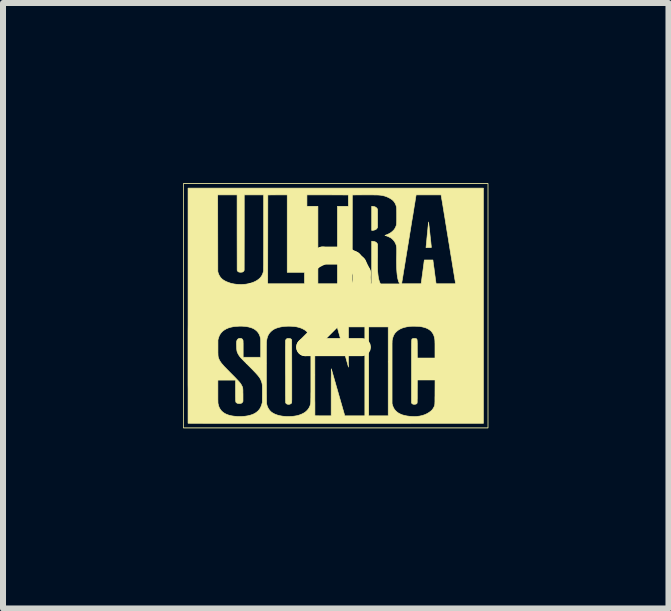
<source format=kicad_pcb>
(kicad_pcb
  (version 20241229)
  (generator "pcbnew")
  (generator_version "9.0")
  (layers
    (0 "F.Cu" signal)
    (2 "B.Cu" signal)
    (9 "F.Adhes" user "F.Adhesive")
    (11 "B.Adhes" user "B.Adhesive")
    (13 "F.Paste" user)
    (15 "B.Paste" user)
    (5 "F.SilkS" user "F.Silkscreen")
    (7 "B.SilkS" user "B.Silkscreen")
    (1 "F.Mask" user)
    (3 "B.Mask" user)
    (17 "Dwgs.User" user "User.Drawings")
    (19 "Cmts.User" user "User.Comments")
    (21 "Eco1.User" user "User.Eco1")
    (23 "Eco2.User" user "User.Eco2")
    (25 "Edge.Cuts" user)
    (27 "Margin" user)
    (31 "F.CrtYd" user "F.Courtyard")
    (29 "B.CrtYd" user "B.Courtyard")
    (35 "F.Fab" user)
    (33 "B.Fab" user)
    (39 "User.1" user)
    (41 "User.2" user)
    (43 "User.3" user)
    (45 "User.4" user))
  (footprint "2"
    (layer "F.Cu")
    (at 2.542 2.042)
    (property "Reference" "2" (at 0 0 0) (layer "F.SilkS") (effects (font (size 1.524 1.524) (thickness 0.3))))
    (attr through_hole)
    (fp_poly (pts (xy 2.537 2.037) (xy -2.537 2.037) (xy -2.537 -2.034) (xy -2.535 -2.034) (xy -2.535 2.034) (xy 2.535 2.034) (xy 2.535 -2.034) (xy -2.535 -2.034) (xy -2.537 -2.034) (xy -2.537 -2.037) (xy 2.537 -2.037) (xy 2.537 2.037)) (stroke (width 0.01) (type solid)) (fill yes) (layer "F.SilkS"))
    (fp_poly (pts (xy 0.606 -1.656) (xy 0.618 -1.655) (xy 0.631 -1.653) (xy 0.645 -1.65) (xy 0.656 -1.646) (xy 0.658 -1.645) (xy 0.673 -1.636) (xy 0.686 -1.623) (xy 0.692 -1.614) (xy 0.693 -1.612) (xy 0.694 -1.609) (xy 0.695 -1.607) (xy 0.695 -1.603) (xy 0.696 -1.598) (xy 0.696 -1.591) (xy 0.697 -1.582) (xy 0.697 -1.571) (xy 0.697 -1.556) (xy 0.697 -1.538) (xy 0.697 -1.516) (xy 0.697 -1.491) (xy 0.697 -1.46) (xy 0.697 -1.307) (xy 0.691 -1.295) (xy 0.682 -1.281) (xy 0.668 -1.27) (xy 0.65 -1.262) (xy 0.629 -1.257) (xy 0.618 -1.255) (xy 0.599 -1.254) (xy 0.599 -1.656) (xy 0.606 -1.656)) (stroke (width 0.01) (type solid)) (fill yes) (layer "F.SilkS"))
    (fp_poly (pts (xy 1.546 -1.392) (xy 1.547 -1.386) (xy 1.549 -1.375) (xy 1.55 -1.361) (xy 1.552 -1.344) (xy 1.555 -1.323) (xy 1.557 -1.3) (xy 1.56 -1.275) (xy 1.563 -1.249) (xy 1.566 -1.222) (xy 1.569 -1.194) (xy 1.572 -1.166) (xy 1.575 -1.138) (xy 1.578 -1.11) (xy 1.581 -1.084) (xy 1.584 -1.06) (xy 1.586 -1.037) (xy 1.588 -1.018) (xy 1.59 -1) (xy 1.591 -0.987) (xy 1.592 -0.977) (xy 1.592 -0.971) (xy 1.592 -0.971) (xy 1.591 -0.97) (xy 1.587 -0.969) (xy 1.58 -0.968) (xy 1.569 -0.968) (xy 1.553 -0.968) (xy 1.548 -0.968) (xy 1.503 -0.968) (xy 1.504 -0.978) (xy 1.505 -0.983) (xy 1.506 -0.991) (xy 1.507 -1.005) (xy 1.509 -1.021) (xy 1.511 -1.042) (xy 1.513 -1.065) (xy 1.516 -1.091) (xy 1.518 -1.119) (xy 1.521 -1.149) (xy 1.524 -1.18) (xy 1.525 -1.189) (xy 1.528 -1.22) (xy 1.531 -1.25) (xy 1.534 -1.278) (xy 1.536 -1.305) (xy 1.539 -1.328) (xy 1.541 -1.349) (xy 1.543 -1.366) (xy 1.544 -1.38) (xy 1.545 -1.389) (xy 1.546 -1.394) (xy 1.546 -1.394) (xy 1.546 -1.392)) (stroke (width 0.01) (type solid)) (fill yes) (layer "F.SilkS"))
    (fp_poly (pts (xy -0.768 0.546) (xy -0.754 0.549) (xy -0.744 0.556) (xy -0.738 0.562) (xy -0.733 0.569) (xy -0.732 1.09) (xy -0.732 1.151) (xy -0.732 1.207) (xy -0.732 1.258) (xy -0.732 1.304) (xy -0.732 1.347) (xy -0.732 1.385) (xy -0.732 1.419) (xy -0.732 1.45) (xy -0.732 1.478) (xy -0.732 1.502) (xy -0.732 1.523) (xy -0.732 1.541) (xy -0.732 1.557) (xy -0.732 1.571) (xy -0.733 1.582) (xy -0.733 1.591) (xy -0.733 1.599) (xy -0.733 1.605) (xy -0.734 1.61) (xy -0.734 1.613) (xy -0.735 1.616) (xy -0.735 1.618) (xy -0.736 1.619) (xy -0.736 1.62) (xy -0.744 1.629) (xy -0.755 1.636) (xy -0.769 1.641) (xy -0.784 1.643) (xy -0.8 1.641) (xy -0.806 1.64) (xy -0.818 1.635) (xy -0.827 1.627) (xy -0.833 1.619) (xy -0.833 1.618) (xy -0.834 1.616) (xy -0.834 1.613) (xy -0.834 1.61) (xy -0.835 1.605) (xy -0.835 1.598) (xy -0.835 1.59) (xy -0.836 1.58) (xy -0.836 1.568) (xy -0.836 1.554) (xy -0.836 1.537) (xy -0.836 1.517) (xy -0.837 1.495) (xy -0.837 1.469) (xy -0.837 1.44) (xy -0.837 1.407) (xy -0.837 1.371) (xy -0.837 1.331) (xy -0.837 1.286) (xy -0.837 1.237) (xy -0.837 1.184) (xy -0.838 1.126) (xy -0.838 1.105) (xy -0.838 1.054) (xy -0.838 1.005) (xy -0.838 0.957) (xy -0.838 0.911) (xy -0.838 0.867) (xy -0.838 0.825) (xy -0.838 0.786) (xy -0.838 0.749) (xy -0.838 0.716) (xy -0.838 0.686) (xy -0.837 0.659) (xy -0.837 0.636) (xy -0.837 0.617) (xy -0.837 0.602) (xy -0.837 0.591) (xy -0.837 0.586) (xy -0.837 0.585) (xy -0.833 0.57) (xy -0.825 0.558) (xy -0.815 0.55) (xy -0.809 0.547) (xy -0.802 0.546) (xy -0.793 0.545) (xy -0.785 0.545) (xy -0.768 0.546)) (stroke (width 0.01) (type solid)) (fill yes) (layer "F.SilkS"))
    (fp_poly (pts (xy 2.46 1.959) (xy 0.001 1.96) (xy -0.138 1.96) (xy -0.272 1.96) (xy -0.401 1.96) (xy -0.525 1.96) (xy -0.645 1.96) (xy -0.759 1.96) (xy -0.87 1.96) (xy -0.975 1.96) (xy -1.076 1.96) (xy -1.173 1.96) (xy -1.266 1.96) (xy -1.354 1.96) (xy -1.438 1.96) (xy -1.519 1.96) (xy -1.595 1.96) (xy -1.667 1.96) (xy -1.736 1.96) (xy -1.801 1.96) (xy -1.862 1.96) (xy -1.92 1.96) (xy -1.974 1.96) (xy -2.025 1.96) (xy -2.073 1.96) (xy -2.117 1.96) (xy -2.159 1.96) (xy -2.197 1.96) (xy -2.232 1.959) (xy -2.265 1.959) (xy -2.294 1.959) (xy -2.321 1.959) (xy -2.345 1.959) (xy -2.367 1.959) (xy -2.386 1.959) (xy -2.403 1.959) (xy -2.417 1.959) (xy -2.429 1.958) (xy -2.439 1.958) (xy -2.447 1.958) (xy -2.453 1.958) (xy -2.457 1.958) (xy -2.459 1.958) (xy -2.46 1.958) (xy -2.46 1.955) (xy -2.46 1.947) (xy -2.46 1.935) (xy -2.46 1.918) (xy -2.46 1.896) (xy -2.46 1.87) (xy -2.46 1.839) (xy -2.46 1.804) (xy -2.46 1.765) (xy -2.46 1.722) (xy -2.46 1.676) (xy -2.46 1.625) (xy -2.46 1.571) (xy -2.46 1.514) (xy -2.46 1.453) (xy -2.46 1.389) (xy -2.461 1.321) (xy -2.461 1.251) (xy -2.461 1.239) (xy -1.963 1.239) (xy -1.963 1.426) (xy -1.963 1.463) (xy -1.963 1.495) (xy -1.963 1.522) (xy -1.963 1.546) (xy -1.963 1.566) (xy -1.962 1.583) (xy -1.962 1.597) (xy -1.962 1.608) (xy -1.961 1.617) (xy -1.961 1.625) (xy -1.96 1.63) (xy -1.959 1.633) (xy -1.951 1.668) (xy -1.939 1.699) (xy -1.922 1.727) (xy -1.902 1.753) (xy -1.877 1.775) (xy -1.849 1.794) (xy -1.816 1.81) (xy -1.779 1.823) (xy -1.738 1.833) (xy -1.693 1.84) (xy -1.644 1.844) (xy -1.591 1.845) (xy -1.577 1.845) (xy -1.561 1.844) (xy -1.544 1.843) (xy -1.529 1.842) (xy -1.516 1.841) (xy -1.514 1.841) (xy -1.468 1.834) (xy -1.426 1.824) (xy -1.388 1.812) (xy -1.353 1.796) (xy -1.323 1.777) (xy -1.297 1.755) (xy -1.289 1.747) (xy -1.27 1.725) (xy -1.255 1.701) (xy -1.243 1.675) (xy -1.232 1.645) (xy -1.23 1.636) (xy -1.223 1.611) (xy -1.222 1.471) (xy -1.222 1.438) (xy -1.222 1.41) (xy -1.222 1.385) (xy -1.222 1.364) (xy -1.223 1.347) (xy -1.223 1.332) (xy -1.224 1.319) (xy -1.225 1.308) (xy -1.227 1.299) (xy -1.228 1.29) (xy -1.231 1.282) (xy -1.233 1.273) (xy -1.236 1.265) (xy -1.241 1.252) (xy -1.246 1.239) (xy -1.252 1.227) (xy -1.258 1.214) (xy -1.266 1.202) (xy -1.276 1.188) (xy -1.286 1.174) (xy -1.299 1.158) (xy -1.314 1.141) (xy -1.331 1.122) (xy -1.35 1.102) (xy -1.372 1.079) (xy -1.397 1.053) (xy -1.425 1.025) (xy -1.457 0.993) (xy -1.473 0.977) (xy -1.498 0.952) (xy -1.52 0.93) (xy -1.535 0.915) (xy -1.155 0.915) (xy -1.155 0.957) (xy -1.155 1.001) (xy -1.155 1.045) (xy -1.155 1.09) (xy -1.155 1.135) (xy -1.155 1.18) (xy -1.155 1.224) (xy -1.155 1.268) (xy -1.154 1.31) (xy -1.154 1.352) (xy -1.154 1.391) (xy -1.154 1.429) (xy -1.154 1.464) (xy -1.153 1.497) (xy -1.153 1.528) (xy -1.153 1.555) (xy -1.152 1.578) (xy -1.152 1.598) (xy -1.152 1.614) (xy -1.151 1.626) (xy -1.151 1.633) (xy -1.151 1.634) (xy -1.142 1.668) (xy -1.129 1.699) (xy -1.113 1.726) (xy -1.093 1.751) (xy -1.07 1.773) (xy -1.042 1.791) (xy -1.01 1.807) (xy -0.975 1.82) (xy -0.935 1.831) (xy -0.89 1.839) (xy -0.89 1.839) (xy -0.861 1.842) (xy -0.829 1.844) (xy -0.794 1.845) (xy -0.76 1.844) (xy -0.726 1.843) (xy -0.698 1.84) (xy -0.653 1.833) (xy -0.611 1.822) (xy -0.574 1.808) (xy -0.54 1.792) (xy -0.509 1.773) (xy -0.483 1.75) (xy -0.461 1.726) (xy -0.443 1.698) (xy -0.429 1.668) (xy -0.42 1.635) (xy -0.418 1.626) (xy -0.417 1.62) (xy -0.417 1.61) (xy -0.416 1.596) (xy -0.416 1.577) (xy -0.416 1.554) (xy -0.415 1.528) (xy -0.415 1.499) (xy -0.415 1.466) (xy -0.414 1.431) (xy -0.414 1.393) (xy -0.414 1.354) (xy -0.414 1.313) (xy -0.414 1.27) (xy -0.414 1.226) (xy -0.414 1.181) (xy -0.414 1.136) (xy -0.414 1.092) (xy -0.348 1.092) (xy -0.348 1.153) (xy -0.348 1.212) (xy -0.348 1.27) (xy -0.348 1.327) (xy -0.348 1.381) (xy -0.348 1.433) (xy -0.348 1.484) (xy -0.348 1.531) (xy -0.348 1.576) (xy -0.347 1.618) (xy -0.347 1.656) (xy -0.347 1.692) (xy -0.347 1.724) (xy -0.347 1.752) (xy -0.347 1.776) (xy -0.347 1.796) (xy -0.347 1.812) (xy -0.347 1.824) (xy -0.346 1.83) (xy -0.346 1.832) (xy -0.343 1.832) (xy -0.336 1.833) (xy -0.325 1.833) (xy -0.309 1.833) (xy -0.291 1.833) (xy -0.27 1.834) (xy -0.247 1.834) (xy -0.222 1.834) (xy -0.21 1.834) (xy -0.076 1.834) (xy -0.076 1.441) (xy -0.076 1.396) (xy -0.076 1.354) (xy -0.076 1.313) (xy -0.076 1.274) (xy -0.076 1.237) (xy -0.076 1.203) (xy -0.075 1.171) (xy -0.075 1.143) (xy -0.075 1.118) (xy -0.075 1.096) (xy -0.075 1.079) (xy -0.075 1.065) (xy -0.074 1.056) (xy -0.074 1.052) (xy -0.074 1.051) (xy -0.073 1.054) (xy -0.071 1.062) (xy -0.067 1.074) (xy -0.063 1.089) (xy -0.057 1.109) (xy -0.05 1.133) (xy -0.043 1.159) (xy -0.034 1.189) (xy -0.025 1.221) (xy -0.015 1.256) (xy -0.004 1.293) (xy 0.007 1.333) (xy 0.019 1.374) (xy 0.031 1.416) (xy 0.039 1.444) (xy 0.151 1.834) (xy 0.485 1.834) (xy 0.485 0.353) (xy 0.549 0.353) (xy 0.549 1.834) (xy 0.874 1.834) (xy 0.874 0.881) (xy 0.938 0.881) (xy 0.938 0.936) (xy 0.938 0.996) (xy 0.938 1.062) (xy 0.938 1.115) (xy 0.938 1.629) (xy 0.945 1.654) (xy 0.956 1.686) (xy 0.971 1.715) (xy 0.99 1.741) (xy 1.013 1.764) (xy 1.039 1.784) (xy 1.07 1.801) (xy 1.104 1.816) (xy 1.143 1.827) (xy 1.186 1.836) (xy 1.233 1.842) (xy 1.264 1.844) (xy 1.281 1.845) (xy 1.294 1.845) (xy 1.305 1.846) (xy 1.314 1.846) (xy 1.322 1.846) (xy 1.331 1.845) (xy 1.342 1.844) (xy 1.351 1.844) (xy 1.399 1.838) (xy 1.443 1.828) (xy 1.485 1.814) (xy 1.525 1.795) (xy 1.553 1.778) (xy 1.579 1.759) (xy 1.601 1.74) (xy 1.618 1.718) (xy 1.632 1.695) (xy 1.635 1.689) (xy 1.638 1.682) (xy 1.641 1.677) (xy 1.643 1.672) (xy 1.645 1.666) (xy 1.647 1.661) (xy 1.648 1.654) (xy 1.649 1.647) (xy 1.65 1.637) (xy 1.651 1.626) (xy 1.651 1.613) (xy 1.652 1.597) (xy 1.652 1.577) (xy 1.652 1.555) (xy 1.652 1.529) (xy 1.653 1.498) (xy 1.653 1.463) (xy 1.653 1.439) (xy 1.654 1.237) (xy 1.359 1.237) (xy 1.358 1.428) (xy 1.358 1.464) (xy 1.358 1.495) (xy 1.358 1.522) (xy 1.358 1.544) (xy 1.357 1.563) (xy 1.357 1.579) (xy 1.357 1.591) (xy 1.357 1.601) (xy 1.356 1.609) (xy 1.356 1.615) (xy 1.355 1.619) (xy 1.355 1.622) (xy 1.354 1.624) (xy 1.353 1.626) (xy 1.353 1.626) (xy 1.345 1.634) (xy 1.334 1.639) (xy 1.32 1.641) (xy 1.309 1.642) (xy 1.294 1.641) (xy 1.283 1.638) (xy 1.274 1.633) (xy 1.268 1.626) (xy 1.262 1.62) (xy 1.262 1.094) (xy 1.262 1.033) (xy 1.262 0.976) (xy 1.262 0.924) (xy 1.262 0.876) (xy 1.262 0.833) (xy 1.262 0.794) (xy 1.262 0.758) (xy 1.262 0.727) (xy 1.263 0.699) (xy 1.263 0.674) (xy 1.263 0.652) (xy 1.263 0.633) (xy 1.264 0.616) (xy 1.264 0.602) (xy 1.264 0.59) (xy 1.265 0.581) (xy 1.266 0.573) (xy 1.267 0.566) (xy 1.267 0.562) (xy 1.268 0.558) (xy 1.269 0.555) (xy 1.271 0.554) (xy 1.272 0.552) (xy 1.273 0.552) (xy 1.275 0.551) (xy 1.277 0.551) (xy 1.279 0.55) (xy 1.279 0.55) (xy 1.289 0.547) (xy 1.301 0.545) (xy 1.314 0.545) (xy 1.327 0.546) (xy 1.337 0.548) (xy 1.34 0.549) (xy 1.344 0.551) (xy 1.347 0.553) (xy 1.349 0.555) (xy 1.351 0.557) (xy 1.353 0.561) (xy 1.354 0.566) (xy 1.355 0.573) (xy 1.356 0.582) (xy 1.357 0.593) (xy 1.357 0.608) (xy 1.358 0.626) (xy 1.358 0.647) (xy 1.358 0.673) (xy 1.358 0.704) (xy 1.358 0.719) (xy 1.359 0.871) (xy 1.653 0.871) (xy 1.653 0.733) (xy 1.653 0.706) (xy 1.653 0.68) (xy 1.653 0.655) (xy 1.653 0.633) (xy 1.652 0.612) (xy 1.652 0.595) (xy 1.651 0.582) (xy 1.651 0.572) (xy 1.651 0.57) (xy 1.645 0.534) (xy 1.636 0.501) (xy 1.623 0.471) (xy 1.606 0.445) (xy 1.586 0.421) (xy 1.561 0.401) (xy 1.532 0.383) (xy 1.5 0.369) (xy 1.463 0.358) (xy 1.422 0.349) (xy 1.414 0.348) (xy 1.395 0.345) (xy 1.373 0.344) (xy 1.349 0.343) (xy 1.322 0.342) (xy 1.296 0.342) (xy 1.271 0.342) (xy 1.248 0.343) (xy 1.228 0.345) (xy 1.228 0.345) (xy 1.181 0.352) (xy 1.139 0.362) (xy 1.1 0.375) (xy 1.066 0.391) (xy 1.035 0.411) (xy 1.009 0.433) (xy 0.986 0.458) (xy 0.98 0.467) (xy 0.967 0.489) (xy 0.956 0.515) (xy 0.947 0.543) (xy 0.941 0.572) (xy 0.94 0.58) (xy 0.939 0.585) (xy 0.939 0.594) (xy 0.939 0.608) (xy 0.938 0.626) (xy 0.938 0.649) (xy 0.938 0.676) (xy 0.938 0.707) (xy 0.938 0.743) (xy 0.938 0.784) (xy 0.938 0.83) (xy 0.938 0.881) (xy 0.874 0.881) (xy 0.874 0.353) (xy 0.549 0.353) (xy 0.485 0.353) (xy 0.213 0.353) (xy 0.212 1.022) (xy 0.118 0.688) (xy 0.024 0.354) (xy -0.348 0.353) (xy -0.348 1.092) (xy -0.414 1.092) (xy -0.414 1.09) (xy -0.414 1.044) (xy -0.414 0.999) (xy -0.414 0.955) (xy -0.414 0.911) (xy -0.414 0.869) (xy -0.414 0.828) (xy -0.414 0.789) (xy -0.415 0.752) (xy -0.415 0.718) (xy -0.415 0.686) (xy -0.415 0.658) (xy -0.416 0.632) (xy -0.416 0.611) (xy -0.417 0.593) (xy -0.417 0.58) (xy -0.417 0.571) (xy -0.418 0.568) (xy -0.425 0.534) (xy -0.436 0.502) (xy -0.451 0.473) (xy -0.469 0.446) (xy -0.471 0.443) (xy -0.491 0.423) (xy -0.516 0.404) (xy -0.544 0.388) (xy -0.576 0.373) (xy -0.611 0.362) (xy -0.649 0.352) (xy -0.689 0.346) (xy -0.693 0.346) (xy -0.742 0.342) (xy -0.79 0.341) (xy -0.837 0.343) (xy -0.882 0.347) (xy -0.924 0.355) (xy -0.963 0.365) (xy -0.99 0.374) (xy -1.024 0.389) (xy -1.054 0.408) (xy -1.08 0.43) (xy -1.102 0.454) (xy -1.121 0.482) (xy -1.135 0.513) (xy -1.145 0.548) (xy -1.152 0.585) (xy -1.153 0.597) (xy -1.154 0.603) (xy -1.154 0.614) (xy -1.154 0.629) (xy -1.154 0.649) (xy -1.155 0.672) (xy -1.155 0.699) (xy -1.155 0.729) (xy -1.155 0.761) (xy -1.155 0.797) (xy -1.155 0.834) (xy -1.155 0.874) (xy -1.155 0.915) (xy -1.535 0.915) (xy -1.539 0.911) (xy -1.555 0.894) (xy -1.569 0.88) (xy -1.581 0.867) (xy -1.591 0.856) (xy -1.599 0.845) (xy -1.606 0.836) (xy -1.612 0.827) (xy -1.618 0.818) (xy -1.623 0.808) (xy -1.628 0.8) (xy -1.634 0.787) (xy -1.639 0.776) (xy -1.643 0.764) (xy -1.646 0.751) (xy -1.648 0.736) (xy -1.65 0.719) (xy -1.651 0.697) (xy -1.651 0.695) (xy -1.652 0.667) (xy -1.653 0.644) (xy -1.653 0.624) (xy -1.652 0.608) (xy -1.651 0.595) (xy -1.648 0.585) (xy -1.645 0.576) (xy -1.636 0.562) (xy -1.624 0.551) (xy -1.609 0.545) (xy -1.594 0.544) (xy -1.577 0.545) (xy -1.563 0.551) (xy -1.553 0.56) (xy -1.546 0.572) (xy -1.544 0.579) (xy -1.544 0.584) (xy -1.543 0.594) (xy -1.543 0.609) (xy -1.542 0.627) (xy -1.542 0.648) (xy -1.542 0.672) (xy -1.542 0.699) (xy -1.542 0.725) (xy -1.542 0.858) (xy -1.25 0.858) (xy -1.25 0.711) (xy -1.25 0.68) (xy -1.25 0.653) (xy -1.25 0.63) (xy -1.25 0.611) (xy -1.25 0.596) (xy -1.25 0.583) (xy -1.251 0.573) (xy -1.251 0.564) (xy -1.252 0.557) (xy -1.252 0.551) (xy -1.253 0.545) (xy -1.254 0.54) (xy -1.255 0.538) (xy -1.262 0.508) (xy -1.273 0.481) (xy -1.286 0.457) (xy -1.302 0.436) (xy -1.313 0.424) (xy -1.335 0.405) (xy -1.359 0.388) (xy -1.387 0.374) (xy -1.418 0.363) (xy -1.452 0.354) (xy -1.49 0.347) (xy -1.532 0.343) (xy -1.559 0.341) (xy -1.583 0.341) (xy -1.609 0.341) (xy -1.637 0.343) (xy -1.665 0.345) (xy -1.69 0.347) (xy -1.704 0.349) (xy -1.747 0.358) (xy -1.785 0.369) (xy -1.821 0.384) (xy -1.852 0.402) (xy -1.88 0.422) (xy -1.903 0.445) (xy -1.921 0.468) (xy -1.933 0.488) (xy -1.942 0.506) (xy -1.949 0.527) (xy -1.955 0.545) (xy -1.962 0.57) (xy -1.962 0.704) (xy -1.962 0.735) (xy -1.962 0.761) (xy -1.962 0.784) (xy -1.961 0.803) (xy -1.961 0.819) (xy -1.96 0.832) (xy -1.959 0.843) (xy -1.957 0.853) (xy -1.955 0.862) (xy -1.953 0.869) (xy -1.95 0.877) (xy -1.946 0.886) (xy -1.942 0.895) (xy -1.94 0.9) (xy -1.935 0.91) (xy -1.929 0.92) (xy -1.924 0.929) (xy -1.917 0.939) (xy -1.91 0.949) (xy -1.901 0.961) (xy -1.891 0.973) (xy -1.879 0.986) (xy -1.866 1.002) (xy -1.85 1.019) (xy -1.831 1.038) (xy -1.81 1.06) (xy -1.786 1.084) (xy -1.759 1.112) (xy -1.736 1.135) (xy -1.709 1.162) (xy -1.685 1.186) (xy -1.665 1.207) (xy -1.647 1.226) (xy -1.632 1.242) (xy -1.619 1.256) (xy -1.608 1.268) (xy -1.599 1.279) (xy -1.591 1.289) (xy -1.585 1.298) (xy -1.579 1.306) (xy -1.574 1.315) (xy -1.569 1.323) (xy -1.565 1.332) (xy -1.565 1.332) (xy -1.56 1.341) (xy -1.556 1.349) (xy -1.553 1.357) (xy -1.551 1.365) (xy -1.549 1.373) (xy -1.548 1.383) (xy -1.547 1.395) (xy -1.546 1.409) (xy -1.546 1.426) (xy -1.546 1.446) (xy -1.545 1.471) (xy -1.545 1.49) (xy -1.545 1.594) (xy -1.552 1.605) (xy -1.56 1.616) (xy -1.57 1.623) (xy -1.584 1.627) (xy -1.601 1.629) (xy -1.605 1.629) (xy -1.622 1.628) (xy -1.635 1.626) (xy -1.646 1.621) (xy -1.654 1.616) (xy -1.657 1.613) (xy -1.659 1.611) (xy -1.661 1.609) (xy -1.663 1.606) (xy -1.664 1.602) (xy -1.665 1.596) (xy -1.666 1.589) (xy -1.667 1.58) (xy -1.668 1.568) (xy -1.668 1.554) (xy -1.668 1.537) (xy -1.669 1.516) (xy -1.669 1.491) (xy -1.669 1.462) (xy -1.669 1.428) (xy -1.669 1.416) (xy -1.669 1.239) (xy -1.963 1.239) (xy -2.461 1.239) (xy -2.461 1.178) (xy -2.461 1.102) (xy -2.461 1.024) (xy -2.461 0.943) (xy -2.461 0.859) (xy -2.461 0.774) (xy -2.461 0.686) (xy -2.461 0.596) (xy -2.461 0.504) (xy -2.461 0.411) (xy -2.46 0.316) (xy -2.46 0.219) (xy -2.46 0.121) (xy -2.46 0.022) (xy -2.46 -0.003) (xy -2.46 -1.846) (xy -1.966 -1.846) (xy -1.965 -1.208) (xy -1.964 -0.57) (xy -1.959 -0.55) (xy -1.948 -0.52) (xy -1.933 -0.492) (xy -1.915 -0.467) (xy -1.893 -0.445) (xy -1.878 -0.433) (xy -1.853 -0.417) (xy -1.824 -0.402) (xy -1.791 -0.389) (xy -1.757 -0.377) (xy -1.722 -0.368) (xy -1.69 -0.362) (xy -1.653 -0.357) (xy -1.613 -0.355) (xy -1.572 -0.354) (xy -1.532 -0.356) (xy -1.495 -0.359) (xy -1.458 -0.366) (xy -1.133 -0.366) (xy -0.521 -0.366) (xy -0.521 -0.556) (xy -0.808 -0.556) (xy -0.808 -1.656) (xy -0.48 -1.656) (xy -0.297 -1.656) (xy -0.297 -0.366) (xy 0.028 -0.366) (xy 0.274 -0.366) (xy 0.599 -0.366) (xy 0.599 -1.075) (xy 0.618 -1.073) (xy 0.64 -1.07) (xy 0.659 -1.063) (xy 0.675 -1.054) (xy 0.686 -1.042) (xy 0.691 -1.035) (xy 0.697 -1.022) (xy 0.697 -0.93) (xy 0.697 -0.905) (xy 0.697 -0.877) (xy 0.697 -0.846) (xy 0.697 -0.814) (xy 0.696 -0.782) (xy 0.696 -0.752) (xy 0.696 -0.726) (xy 0.696 -0.692) (xy 0.696 -0.661) (xy 0.696 -0.634) (xy 0.697 -0.61) (xy 0.697 -0.59) (xy 0.698 -0.575) (xy 0.702 -0.534) (xy 0.706 -0.497) (xy 0.711 -0.465) (xy 0.717 -0.437) (xy 0.724 -0.413) (xy 0.731 -0.392) (xy 0.74 -0.375) (xy 0.74 -0.374) (xy 0.747 -0.363) (xy 1.073 -0.363) (xy 1.07 -0.366) (xy 1.097 -0.366) (xy 1.422 -0.366) (xy 1.423 -0.374) (xy 1.424 -0.378) (xy 1.425 -0.386) (xy 1.427 -0.399) (xy 1.429 -0.415) (xy 1.432 -0.435) (xy 1.435 -0.458) (xy 1.438 -0.483) (xy 1.442 -0.51) (xy 1.446 -0.539) (xy 1.449 -0.563) (xy 1.453 -0.592) (xy 1.457 -0.621) (xy 1.46 -0.648) (xy 1.464 -0.673) (xy 1.467 -0.695) (xy 1.469 -0.714) (xy 1.471 -0.73) (xy 1.473 -0.742) (xy 1.474 -0.75) (xy 1.475 -0.752) (xy 1.476 -0.762) (xy 1.618 -0.762) (xy 1.619 -0.754) (xy 1.62 -0.75) (xy 1.621 -0.741) (xy 1.622 -0.729) (xy 1.625 -0.712) (xy 1.627 -0.693) (xy 1.63 -0.67) (xy 1.634 -0.645) (xy 1.638 -0.618) (xy 1.641 -0.589) (xy 1.645 -0.565) (xy 1.649 -0.535) (xy 1.652 -0.507) (xy 1.656 -0.48) (xy 1.659 -0.455) (xy 1.662 -0.433) (xy 1.665 -0.413) (xy 1.667 -0.398) (xy 1.669 -0.386) (xy 1.67 -0.378) (xy 1.67 -0.375) (xy 1.672 -0.366) (xy 1.997 -0.366) (xy 1.995 -0.373) (xy 1.995 -0.376) (xy 1.993 -0.384) (xy 1.991 -0.396) (xy 1.989 -0.413) (xy 1.985 -0.434) (xy 1.981 -0.459) (xy 1.976 -0.488) (xy 1.971 -0.521) (xy 1.965 -0.557) (xy 1.959 -0.596) (xy 1.952 -0.638) (xy 1.944 -0.683) (xy 1.937 -0.731) (xy 1.929 -0.781) (xy 1.92 -0.833) (xy 1.911 -0.887) (xy 1.902 -0.944) (xy 1.893 -1.001) (xy 1.883 -1.06) (xy 1.876 -1.106) (xy 1.866 -1.166) (xy 1.856 -1.225) (xy 1.847 -1.282) (xy 1.838 -1.338) (xy 1.829 -1.392) (xy 1.821 -1.444) (xy 1.813 -1.493) (xy 1.805 -1.54) (xy 1.798 -1.584) (xy 1.791 -1.626) (xy 1.785 -1.664) (xy 1.779 -1.7) (xy 1.774 -1.731) (xy 1.769 -1.759) (xy 1.765 -1.783) (xy 1.762 -1.804) (xy 1.759 -1.819) (xy 1.757 -1.831) (xy 1.756 -1.838) (xy 1.756 -1.839) (xy 1.755 -1.846) (xy 1.547 -1.846) (xy 1.514 -1.846) (xy 1.484 -1.846) (xy 1.455 -1.846) (xy 1.429 -1.846) (xy 1.405 -1.846) (xy 1.384 -1.846) (xy 1.367 -1.846) (xy 1.354 -1.846) (xy 1.344 -1.846) (xy 1.339 -1.845) (xy 1.338 -1.845) (xy 1.338 -1.843) (xy 1.337 -1.835) (xy 1.335 -1.823) (xy 1.332 -1.807) (xy 1.329 -1.787) (xy 1.325 -1.763) (xy 1.321 -1.735) (xy 1.316 -1.704) (xy 1.31 -1.67) (xy 1.304 -1.633) (xy 1.298 -1.594) (xy 1.291 -1.552) (xy 1.284 -1.507) (xy 1.276 -1.461) (xy 1.268 -1.414) (xy 1.26 -1.365) (xy 1.252 -1.314) (xy 1.244 -1.263) (xy 1.235 -1.211) (xy 1.227 -1.159) (xy 1.218 -1.106) (xy 1.21 -1.054) (xy 1.201 -1.001) (xy 1.193 -0.949) (xy 1.184 -0.898) (xy 1.176 -0.848) (xy 1.168 -0.799) (xy 1.16 -0.752) (xy 1.153 -0.706) (xy 1.146 -0.662) (xy 1.139 -0.62) (xy 1.132 -0.581) (xy 1.126 -0.544) (xy 1.121 -0.51) (xy 1.116 -0.48) (xy 1.111 -0.452) (xy 1.108 -0.429) (xy 1.104 -0.409) (xy 1.102 -0.393) (xy 1.1 -0.382) (xy 1.099 -0.375) (xy 1.098 -0.373) (xy 1.097 -0.366) (xy 1.07 -0.366) (xy 1.066 -0.37) (xy 1.057 -0.383) (xy 1.048 -0.4) (xy 1.041 -0.423) (xy 1.034 -0.449) (xy 1.028 -0.481) (xy 1.023 -0.516) (xy 1.019 -0.556) (xy 1.016 -0.599) (xy 1.014 -0.646) (xy 1.013 -0.697) (xy 1.012 -0.752) (xy 1.013 -0.809) (xy 1.014 -0.841) (xy 1.015 -0.874) (xy 1.015 -0.902) (xy 1.015 -0.926) (xy 1.015 -0.946) (xy 1.014 -0.964) (xy 1.012 -0.979) (xy 1.01 -0.993) (xy 1.008 -1.005) (xy 1.004 -1.017) (xy 1 -1.028) (xy 0.994 -1.04) (xy 0.993 -1.044) (xy 0.977 -1.071) (xy 0.957 -1.096) (xy 0.934 -1.118) (xy 0.922 -1.127) (xy 0.907 -1.136) (xy 0.888 -1.145) (xy 0.869 -1.154) (xy 0.85 -1.161) (xy 0.841 -1.164) (xy 0.832 -1.167) (xy 0.825 -1.169) (xy 0.821 -1.17) (xy 0.82 -1.171) (xy 0.823 -1.172) (xy 0.829 -1.175) (xy 0.837 -1.178) (xy 0.841 -1.179) (xy 0.878 -1.195) (xy 0.911 -1.213) (xy 0.94 -1.235) (xy 0.96 -1.254) (xy 0.971 -1.266) (xy 0.979 -1.277) (xy 0.987 -1.29) (xy 0.993 -1.301) (xy 0.997 -1.31) (xy 1.001 -1.319) (xy 1.004 -1.326) (xy 1.007 -1.334) (xy 1.009 -1.342) (xy 1.011 -1.351) (xy 1.012 -1.361) (xy 1.013 -1.373) (xy 1.014 -1.387) (xy 1.014 -1.404) (xy 1.015 -1.425) (xy 1.015 -1.449) (xy 1.015 -1.478) (xy 1.015 -1.496) (xy 1.015 -1.527) (xy 1.015 -1.554) (xy 1.014 -1.576) (xy 1.014 -1.595) (xy 1.014 -1.611) (xy 1.013 -1.624) (xy 1.012 -1.635) (xy 1.011 -1.645) (xy 1.009 -1.653) (xy 1.007 -1.66) (xy 1.005 -1.667) (xy 1.002 -1.675) (xy 0.999 -1.683) (xy 0.988 -1.707) (xy 0.974 -1.729) (xy 0.958 -1.748) (xy 0.938 -1.766) (xy 0.914 -1.782) (xy 0.886 -1.798) (xy 0.878 -1.802) (xy 0.846 -1.816) (xy 0.814 -1.827) (xy 0.781 -1.835) (xy 0.745 -1.841) (xy 0.71 -1.844) (xy 0.701 -1.844) (xy 0.686 -1.845) (xy 0.668 -1.845) (xy 0.646 -1.845) (xy 0.62 -1.846) (xy 0.591 -1.846) (xy 0.56 -1.846) (xy 0.526 -1.846) (xy 0.491 -1.846) (xy 0.474 -1.846) (xy 0.276 -1.845) (xy 0.274 -0.366) (xy 0.028 -0.366) (xy 0.028 -1.656) (xy 0.211 -1.656) (xy 0.21 -1.751) (xy 0.21 -1.845) (xy -0.135 -1.846) (xy -0.48 -1.846) (xy -0.48 -1.656) (xy -0.808 -1.656) (xy -0.808 -1.846) (xy -0.97 -1.846) (xy -1.131 -1.845) (xy -1.132 -1.105) (xy -1.133 -0.366) (xy -1.458 -0.366) (xy -1.453 -0.367) (xy -1.413 -0.377) (xy -1.375 -0.39) (xy -1.341 -0.405) (xy -1.309 -0.423) (xy -1.282 -0.443) (xy -1.258 -0.465) (xy -1.239 -0.489) (xy -1.232 -0.5) (xy -1.222 -0.52) (xy -1.213 -0.542) (xy -1.207 -0.564) (xy -1.204 -0.577) (xy -1.204 -0.581) (xy -1.203 -0.59) (xy -1.203 -0.604) (xy -1.203 -0.623) (xy -1.203 -0.647) (xy -1.202 -0.675) (xy -1.202 -0.708) (xy -1.202 -0.747) (xy -1.202 -0.79) (xy -1.202 -0.838) (xy -1.202 -0.891) (xy -1.201 -0.949) (xy -1.201 -1.012) (xy -1.201 -1.08) (xy -1.201 -1.153) (xy -1.201 -1.22) (xy -1.201 -1.846) (xy -1.524 -1.846) (xy -1.524 -1.218) (xy -1.525 -0.59) (xy -1.53 -0.58) (xy -1.538 -0.57) (xy -1.548 -0.563) (xy -1.562 -0.559) (xy -1.58 -0.558) (xy -1.584 -0.557) (xy -1.602 -0.559) (xy -1.617 -0.562) (xy -1.628 -0.569) (xy -1.636 -0.579) (xy -1.637 -0.58) (xy -1.642 -0.59) (xy -1.643 -1.218) (xy -1.643 -1.846) (xy -1.966 -1.846) (xy -2.46 -1.846) (xy -2.46 -1.959) (xy 2.46 -1.959) (xy 2.46 1.959)) (stroke (width 0.01) (type solid)) (fill yes) (layer "F.SilkS")))
  (gr_rect
    (start -3 -3)
    (end 8.084 7.084)
    (stroke (width 0.1) (type default))
    (fill no)
    (layer "Edge.Cuts")))
</source>
